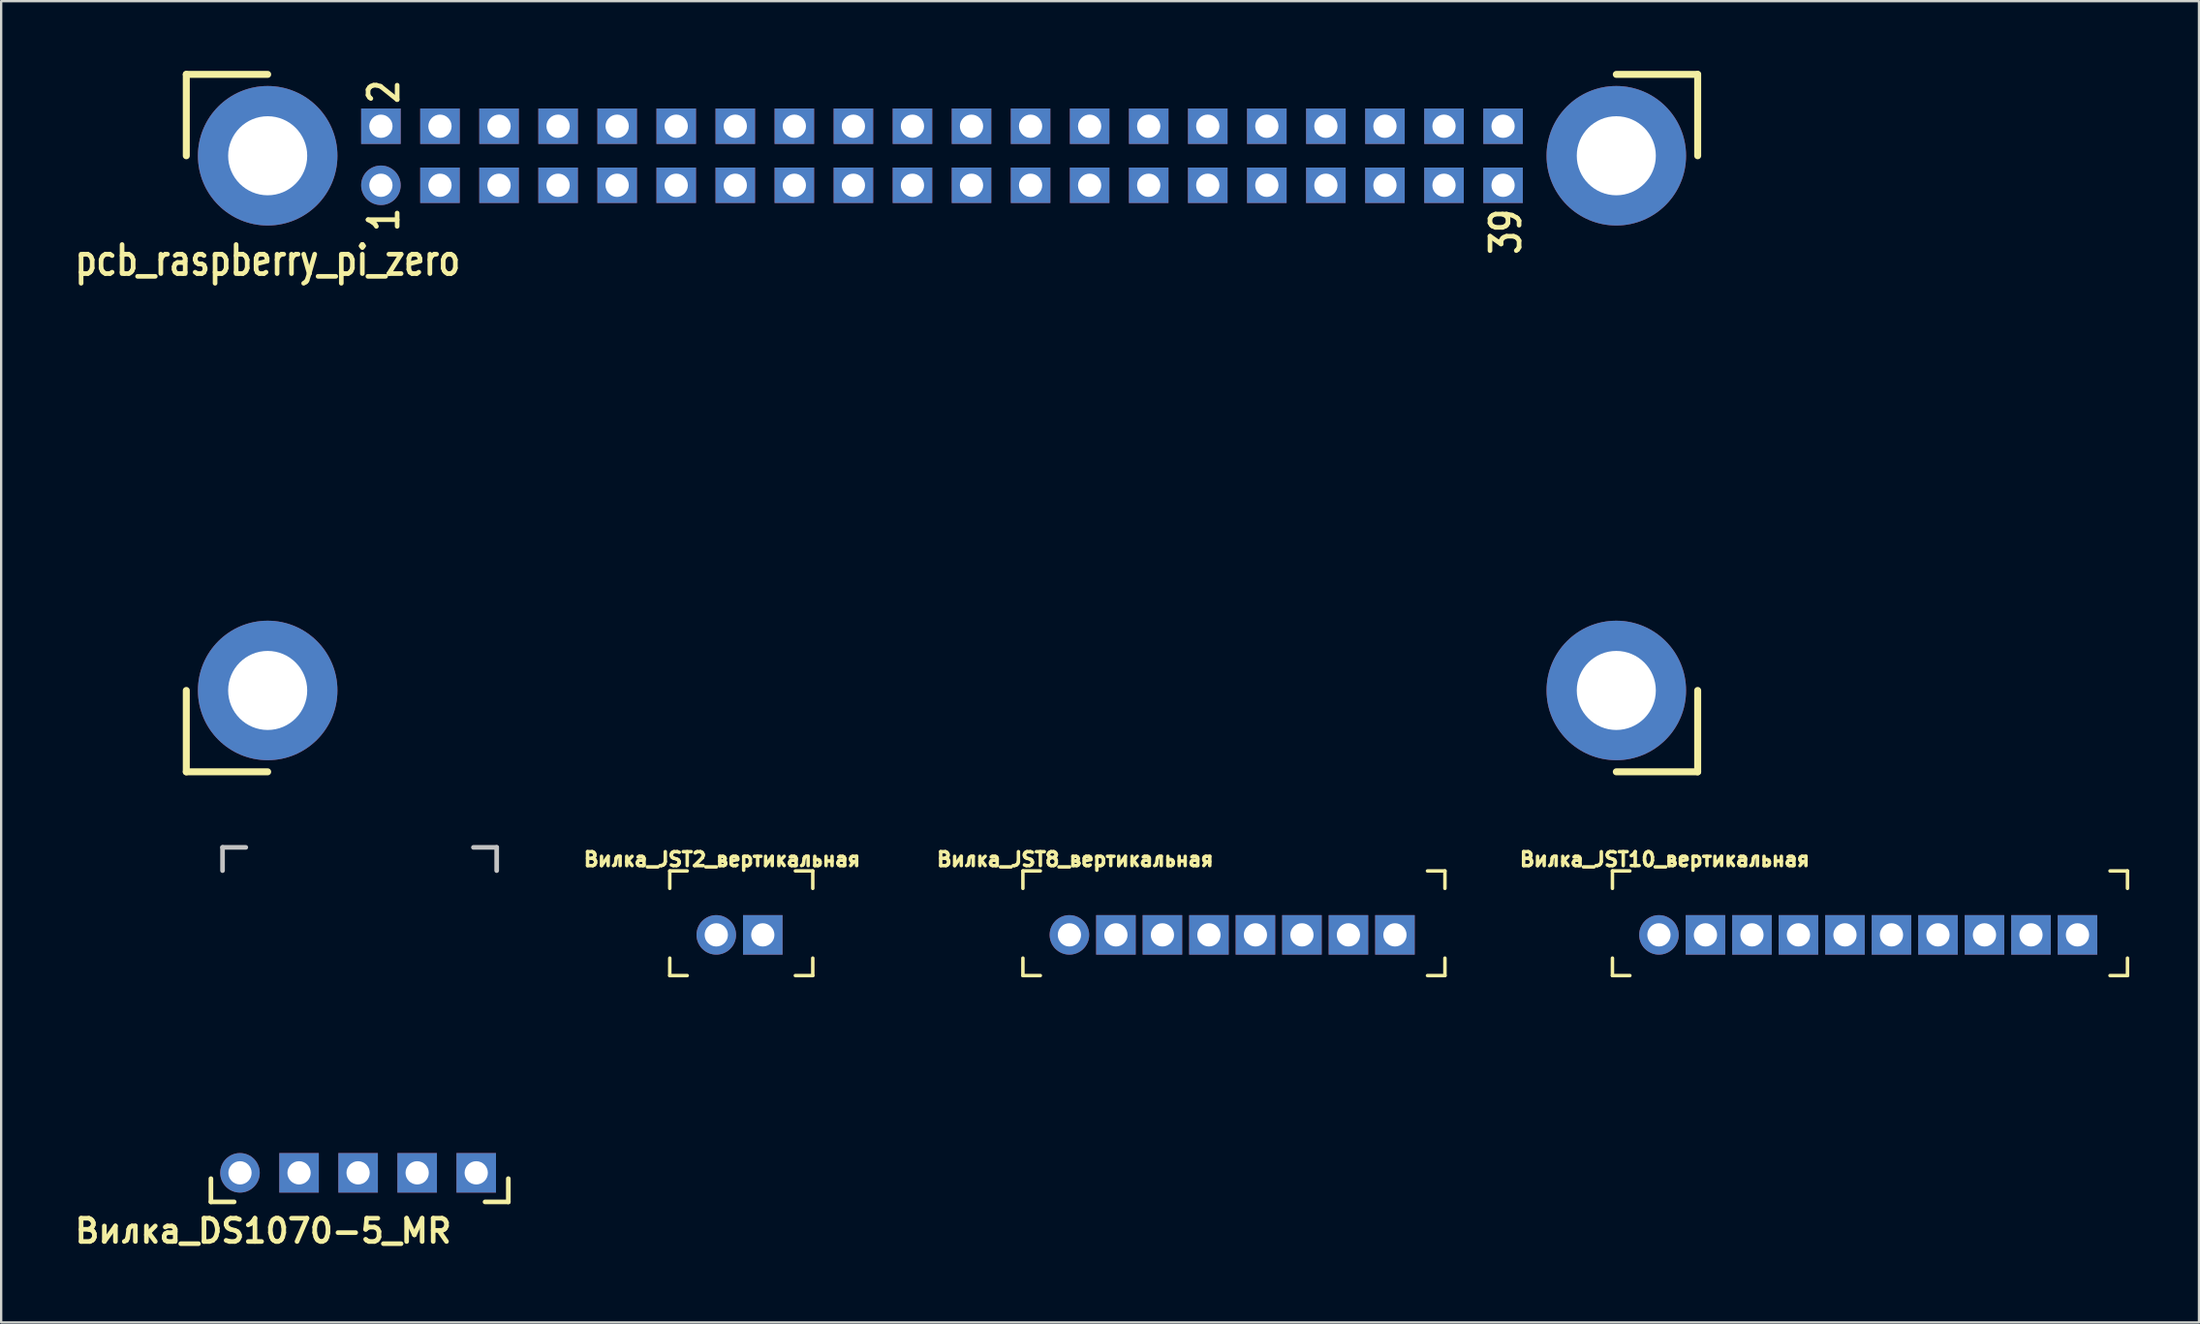
<source format=kicad_pcb>
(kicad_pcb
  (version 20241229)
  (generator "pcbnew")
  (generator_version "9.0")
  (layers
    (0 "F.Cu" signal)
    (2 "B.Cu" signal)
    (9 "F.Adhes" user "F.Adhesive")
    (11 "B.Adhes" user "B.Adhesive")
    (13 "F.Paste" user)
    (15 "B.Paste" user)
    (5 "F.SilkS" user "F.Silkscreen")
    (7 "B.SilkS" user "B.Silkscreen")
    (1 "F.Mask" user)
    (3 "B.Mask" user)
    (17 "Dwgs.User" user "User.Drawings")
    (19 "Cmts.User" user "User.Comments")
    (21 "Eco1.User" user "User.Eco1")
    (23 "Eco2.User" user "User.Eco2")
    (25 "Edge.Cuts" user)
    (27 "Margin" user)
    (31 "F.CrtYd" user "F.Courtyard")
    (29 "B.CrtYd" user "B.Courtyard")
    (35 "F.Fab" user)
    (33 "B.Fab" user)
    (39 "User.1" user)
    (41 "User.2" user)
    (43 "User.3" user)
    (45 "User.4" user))
  (footprint "Вилка_JST2_вертикальная"
    (layer "F.Cu")
    (at 27.755 37.164)
    (property "Reference" "Вилка_JST2_вертикальная" (at 0.25 -3.25 0) (layer "F.SilkS") (effects (font (size 0.6 0.6) (thickness 0.15))))
    (attr through_hole)
    (fp_line (start -2 -2.75) (end -2 -2) (stroke (width 0.15) (type solid)) (layer "F.SilkS"))
    (fp_line (start -2 -2.75) (end -1.25 -2.75) (stroke (width 0.15) (type solid)) (layer "F.SilkS"))
    (fp_line (start -2 1) (end -2 1.75) (stroke (width 0.15) (type solid)) (layer "F.SilkS"))
    (fp_line (start -2 1.75) (end -1.25 1.75) (stroke (width 0.15) (type solid)) (layer "F.SilkS"))
    (fp_line (start 3.4 -2.75) (end 4.15 -2.75) (stroke (width 0.15) (type solid)) (layer "F.SilkS"))
    (fp_line (start 4.15 -2.75) (end 4.15 -2) (stroke (width 0.15) (type solid)) (layer "F.SilkS"))
    (fp_line (start 4.15 1) (end 4.15 1.75) (stroke (width 0.15) (type solid)) (layer "F.SilkS"))
    (fp_line (start 4.15 1.75) (end 3.4 1.75) (stroke (width 0.15) (type solid)) (layer "F.SilkS"))
    (pad "1" thru_hole circle (at 0 0) (size 1.7 1.7) (drill 1) (layers "*.Cu" "*.Mask"))
    (pad "2" thru_hole rect (at 2 0) (size 1.7 1.7) (drill 1) (layers "*.Cu" "*.Mask")))
  (footprint "pcb_raspberry_pi_zero"
    (layer "F.Cu")
    (at 13.332 4.92)
    (property "Reference" "pcb_raspberry_pi_zero" (at -4.87 3.23 0) (layer "F.SilkS") (effects (font (size 1.25 1) (thickness 0.2))))
    (attr through_hole)
    (fp_line (start -8.37 -4.77) (end -8.37 -1.27) (stroke (width 0.3) (type solid)) (layer "F.SilkS"))
    (fp_line (start -8.37 -4.77) (end -4.87 -4.77) (stroke (width 0.3) (type solid)) (layer "F.SilkS"))
    (fp_line (start -8.37 25.23) (end -8.37 21.73) (stroke (width 0.3) (type solid)) (layer "F.SilkS"))
    (fp_line (start -8.37 25.23) (end -4.87 25.23) (stroke (width 0.3) (type solid)) (layer "F.SilkS"))
    (fp_line (start 53.13 25.23) (end 56.63 25.23) (stroke (width 0.3) (type solid)) (layer "F.SilkS"))
    (fp_line (start 56.63 -4.77) (end 53.13 -4.77) (stroke (width 0.3) (type solid)) (layer "F.SilkS"))
    (fp_line (start 56.63 -4.77) (end 56.63 -1.27) (stroke (width 0.3) (type solid)) (layer "F.SilkS"))
    (fp_line (start 56.63 25.23) (end 56.63 21.73) (stroke (width 0.3) (type solid)) (layer "F.SilkS"))
    (fp_text user "39" (at 48.38 2 90) (layer "F.SilkS") (effects (font (size 1.25 1) (thickness 0.2))))
    (fp_text user "1" (at 0.13 1.48 270) (layer "F.SilkS") (effects (font (size 1.25 1) (thickness 0.2))))
    (fp_text user "2" (at 0.13 -4.02 90) (layer "F.SilkS") (effects (font (size 1.25 1) (thickness 0.2))))
    (pad "0" thru_hole circle (at -4.87 -1.27) (size 6 6) (drill 3.4) (layers "*.Cu" "*.Mask"))
    (pad "0" thru_hole circle (at -4.87 21.73) (size 6 6) (drill 3.4) (layers "*.Cu" "*.Mask"))
    (pad "0" thru_hole circle (at 53.13 -1.27) (size 6 6) (drill 3.4) (layers "*.Cu" "*.Mask"))
    (pad "0" thru_hole circle (at 53.13 21.73) (size 6 6) (drill 3.4) (layers "*.Cu" "*.Mask"))
    (pad "1" thru_hole circle (at 0 0) (size 1.7 1.7) (drill 1) (layers "*.Cu" "*.Mask"))
    (pad "2" thru_hole rect (at 0 -2.54) (size 1.7 1.524) (drill 1) (layers "*.Cu" "*.Mask"))
    (pad "3" thru_hole rect (at 2.54 0) (size 1.7 1.524) (drill 1) (layers "*.Cu" "*.Mask"))
    (pad "4" thru_hole rect (at 2.54 -2.54) (size 1.7 1.524) (drill 1) (layers "*.Cu" "*.Mask"))
    (pad "5" thru_hole rect (at 5.08 0) (size 1.7 1.524) (drill 1) (layers "*.Cu" "*.Mask"))
    (pad "6" thru_hole rect (at 5.08 -2.54) (size 1.7 1.524) (drill 1) (layers "*.Cu" "*.Mask"))
    (pad "7" thru_hole rect (at 7.62 0) (size 1.7 1.524) (drill 1) (layers "*.Cu" "*.Mask"))
    (pad "8" thru_hole rect (at 7.62 -2.54) (size 1.7 1.524) (drill 1) (layers "*.Cu" "*.Mask"))
    (pad "9" thru_hole rect (at 10.16 0) (size 1.7 1.524) (drill 1) (layers "*.Cu" "*.Mask"))
    (pad "10" thru_hole rect (at 10.16 -2.54) (size 1.7 1.524) (drill 1) (layers "*.Cu" "*.Mask"))
    (pad "11" thru_hole rect (at 12.7 0) (size 1.7 1.524) (drill 1) (layers "*.Cu" "*.Mask"))
    (pad "12" thru_hole rect (at 12.7 -2.54) (size 1.7 1.524) (drill 1) (layers "*.Cu" "*.Mask"))
    (pad "13" thru_hole rect (at 15.24 0) (size 1.7 1.524) (drill 1) (layers "*.Cu" "*.Mask"))
    (pad "14" thru_hole rect (at 15.24 -2.54) (size 1.7 1.524) (drill 1) (layers "*.Cu" "*.Mask"))
    (pad "15" thru_hole rect (at 17.78 0) (size 1.7 1.524) (drill 1) (layers "*.Cu" "*.Mask"))
    (pad "16" thru_hole rect (at 17.78 -2.54) (size 1.7 1.524) (drill 1) (layers "*.Cu" "*.Mask"))
    (pad "17" thru_hole rect (at 20.32 0) (size 1.7 1.524) (drill 1) (layers "*.Cu" "*.Mask"))
    (pad "18" thru_hole rect (at 20.32 -2.54) (size 1.7 1.524) (drill 1) (layers "*.Cu" "*.Mask"))
    (pad "19" thru_hole rect (at 22.86 0) (size 1.7 1.524) (drill 1) (layers "*.Cu" "*.Mask"))
    (pad "20" thru_hole rect (at 22.86 -2.54) (size 1.7 1.524) (drill 1) (layers "*.Cu" "*.Mask"))
    (pad "21" thru_hole rect (at 25.4 0) (size 1.7 1.524) (drill 1) (layers "*.Cu" "*.Mask"))
    (pad "22" thru_hole rect (at 25.4 -2.54) (size 1.7 1.524) (drill 1) (layers "*.Cu" "*.Mask"))
    (pad "23" thru_hole rect (at 27.94 0) (size 1.7 1.524) (drill 1) (layers "*.Cu" "*.Mask"))
    (pad "24" thru_hole rect (at 27.94 -2.54) (size 1.7 1.524) (drill 1) (layers "*.Cu" "*.Mask"))
    (pad "25" thru_hole rect (at 30.48 0) (size 1.7 1.524) (drill 1) (layers "*.Cu" "*.Mask"))
    (pad "26" thru_hole rect (at 30.48 -2.54) (size 1.7 1.524) (drill 1) (layers "*.Cu" "*.Mask"))
    (pad "27" thru_hole rect (at 33.02 0) (size 1.7 1.524) (drill 1) (layers "*.Cu" "*.Mask"))
    (pad "28" thru_hole rect (at 33.02 -2.54) (size 1.7 1.524) (drill 1) (layers "*.Cu" "*.Mask"))
    (pad "29" thru_hole rect (at 35.56 0) (size 1.7 1.524) (drill 1) (layers "*.Cu" "*.Mask"))
    (pad "30" thru_hole rect (at 35.56 -2.54) (size 1.7 1.524) (drill 1) (layers "*.Cu" "*.Mask"))
    (pad "31" thru_hole rect (at 38.1 0) (size 1.7 1.524) (drill 1) (layers "*.Cu" "*.Mask"))
    (pad "32" thru_hole rect (at 38.1 -2.54) (size 1.7 1.524) (drill 1) (layers "*.Cu" "*.Mask"))
    (pad "33" thru_hole rect (at 40.64 0) (size 1.7 1.524) (drill 1) (layers "*.Cu" "*.Mask"))
    (pad "34" thru_hole rect (at 40.64 -2.54) (size 1.7 1.524) (drill 1) (layers "*.Cu" "*.Mask"))
    (pad "35" thru_hole rect (at 43.18 0) (size 1.7 1.524) (drill 1) (layers "*.Cu" "*.Mask"))
    (pad "36" thru_hole rect (at 43.18 -2.54) (size 1.7 1.524) (drill 1) (layers "*.Cu" "*.Mask"))
    (pad "37" thru_hole rect (at 45.72 0) (size 1.7 1.524) (drill 1) (layers "*.Cu" "*.Mask"))
    (pad "38" thru_hole rect (at 45.72 -2.54) (size 1.7 1.524) (drill 1) (layers "*.Cu" "*.Mask"))
    (pad "39" thru_hole rect (at 48.26 0) (size 1.7 1.524) (drill 1) (layers "*.Cu" "*.Mask"))
    (pad "40" thru_hole rect (at 48.26 -2.54) (size 1.7 1.524) (drill 1) (layers "*.Cu" "*.Mask")))
  (footprint "Вилка_DS1070-5_MR"
    (layer "F.Cu")
    (at 7.271 47.4)
    (property "Reference" "Вилка_DS1070-5_MR" (at 1 2.5 180) (layer "F.SilkS") (effects (font (size 1 1) (thickness 0.2))))
    (attr through_hole)
    (fp_line (start -1.25 1.25) (end -1.25 0.25) (stroke (width 0.2) (type solid)) (layer "F.SilkS"))
    (fp_line (start -1.25 1.25) (end -0.25 1.25) (stroke (width 0.2) (type solid)) (layer "F.SilkS"))
    (fp_line (start 11.54 1.25) (end 10.54 1.25) (stroke (width 0.2) (type solid)) (layer "F.SilkS"))
    (fp_line (start 11.54 1.25) (end 11.54 0.25) (stroke (width 0.2) (type solid)) (layer "F.SilkS"))
    (fp_line (start -0.75 -14) (end -0.75 -13) (stroke (width 0.2) (type solid)) (layer "Dwgs.User"))
    (fp_line (start -0.75 -14) (end 0.25 -14) (stroke (width 0.2) (type solid)) (layer "Dwgs.User"))
    (fp_line (start 11.04 -14) (end 10.04 -14) (stroke (width 0.2) (type solid)) (layer "Dwgs.User"))
    (fp_line (start 11.04 -14) (end 11.04 -13) (stroke (width 0.2) (type solid)) (layer "Dwgs.User"))
    (pad "1" thru_hole circle (at 0 0) (size 1.7 1.7) (drill 1) (layers "*.Cu" "*.Mask"))
    (pad "2" thru_hole rect (at 2.54 0) (size 1.7 1.7) (drill 1) (layers "*.Cu" "*.Mask"))
    (pad "3" thru_hole rect (at 5.08 0) (size 1.7 1.7) (drill 1) (layers "*.Cu" "*.Mask"))
    (pad "4" thru_hole rect (at 7.62 0) (size 1.7 1.7) (drill 1) (layers "*.Cu" "*.Mask"))
    (pad "5" thru_hole rect (at 10.16 0) (size 1.7 1.7) (drill 1) (layers "*.Cu" "*.Mask")))
  (footprint "Вилка_JST10_вертикальная"
    (layer "F.Cu")
    (at 68.296 37.164)
    (property "Reference" "Вилка_JST10_вертикальная" (at 0.25 -3.25 0) (layer "F.SilkS") (effects (font (size 0.6 0.6) (thickness 0.15))))
    (attr through_hole)
    (fp_line (start -2 -2.75) (end -2 -2) (stroke (width 0.15) (type solid)) (layer "F.SilkS"))
    (fp_line (start -2 -2.75) (end -1.25 -2.75) (stroke (width 0.15) (type solid)) (layer "F.SilkS"))
    (fp_line (start -2 1) (end -2 1.75) (stroke (width 0.15) (type solid)) (layer "F.SilkS"))
    (fp_line (start -2 1.75) (end -1.25 1.75) (stroke (width 0.15) (type solid)) (layer "F.SilkS"))
    (fp_line (start 19.4 -2.75) (end 20.15 -2.75) (stroke (width 0.15) (type solid)) (layer "F.SilkS"))
    (fp_line (start 20.15 -2.75) (end 20.15 -2) (stroke (width 0.15) (type solid)) (layer "F.SilkS"))
    (fp_line (start 20.15 1) (end 20.15 1.75) (stroke (width 0.15) (type solid)) (layer "F.SilkS"))
    (fp_line (start 20.15 1.75) (end 19.4 1.75) (stroke (width 0.15) (type solid)) (layer "F.SilkS"))
    (pad "1" thru_hole circle (at 0 0) (size 1.7 1.7) (drill 1) (layers "*.Cu" "*.Mask"))
    (pad "2" thru_hole rect (at 2 0) (size 1.7 1.7) (drill 1) (layers "*.Cu" "*.Mask"))
    (pad "3" thru_hole rect (at 4 0) (size 1.7 1.7) (drill 1) (layers "*.Cu" "*.Mask"))
    (pad "4" thru_hole rect (at 6 0) (size 1.7 1.7) (drill 1) (layers "*.Cu" "*.Mask"))
    (pad "5" thru_hole rect (at 8 0) (size 1.7 1.7) (drill 1) (layers "*.Cu" "*.Mask"))
    (pad "6" thru_hole rect (at 10 0) (size 1.7 1.7) (drill 1) (layers "*.Cu" "*.Mask"))
    (pad "7" thru_hole rect (at 12 0) (size 1.7 1.7) (drill 1) (layers "*.Cu" "*.Mask"))
    (pad "8" thru_hole rect (at 14 0) (size 1.7 1.7) (drill 1) (layers "*.Cu" "*.Mask"))
    (pad "9" thru_hole rect (at 16 0) (size 1.7 1.7) (drill 1) (layers "*.Cu" "*.Mask"))
    (pad "10" thru_hole rect (at 18 0) (size 1.7 1.7) (drill 1) (layers "*.Cu" "*.Mask")))
  (footprint "Вилка_JST8_вертикальная"
    (layer "F.Cu")
    (at 42.942 37.164)
    (property "Reference" "Вилка_JST8_вертикальная" (at 0.25 -3.25 0) (layer "F.SilkS") (effects (font (size 0.6 0.6) (thickness 0.15))))
    (attr through_hole)
    (fp_line (start -2 -2.75) (end -2 -2) (stroke (width 0.15) (type solid)) (layer "F.SilkS"))
    (fp_line (start -2 -2.75) (end -1.25 -2.75) (stroke (width 0.15) (type solid)) (layer "F.SilkS"))
    (fp_line (start -2 1) (end -2 1.75) (stroke (width 0.15) (type solid)) (layer "F.SilkS"))
    (fp_line (start -2 1.75) (end -1.25 1.75) (stroke (width 0.15) (type solid)) (layer "F.SilkS"))
    (fp_line (start 15.4 -2.75) (end 16.15 -2.75) (stroke (width 0.15) (type solid)) (layer "F.SilkS"))
    (fp_line (start 16.15 -2.75) (end 16.15 -2) (stroke (width 0.15) (type solid)) (layer "F.SilkS"))
    (fp_line (start 16.15 1) (end 16.15 1.75) (stroke (width 0.15) (type solid)) (layer "F.SilkS"))
    (fp_line (start 16.15 1.75) (end 15.4 1.75) (stroke (width 0.15) (type solid)) (layer "F.SilkS"))
    (pad "1" thru_hole circle (at 0 0) (size 1.7 1.7) (drill 1) (layers "*.Cu" "*.Mask"))
    (pad "2" thru_hole rect (at 2 0) (size 1.7 1.7) (drill 1) (layers "*.Cu" "*.Mask"))
    (pad "3" thru_hole rect (at 4 0) (size 1.7 1.7) (drill 1) (layers "*.Cu" "*.Mask"))
    (pad "4" thru_hole rect (at 6 0) (size 1.7 1.7) (drill 1) (layers "*.Cu" "*.Mask"))
    (pad "5" thru_hole rect (at 8 0) (size 1.7 1.7) (drill 1) (layers "*.Cu" "*.Mask"))
    (pad "6" thru_hole rect (at 10 0) (size 1.7 1.7) (drill 1) (layers "*.Cu" "*.Mask"))
    (pad "7" thru_hole rect (at 12 0) (size 1.7 1.7) (drill 1) (layers "*.Cu" "*.Mask"))
    (pad "8" thru_hole rect (at 14 0) (size 1.7 1.7) (drill 1) (layers "*.Cu" "*.Mask")))
  (gr_rect
    (start -3 -3)
    (end 91.521 53.836)
    (stroke (width 0.1) (type default))
    (fill no)
    (layer "Edge.Cuts")))
</source>
